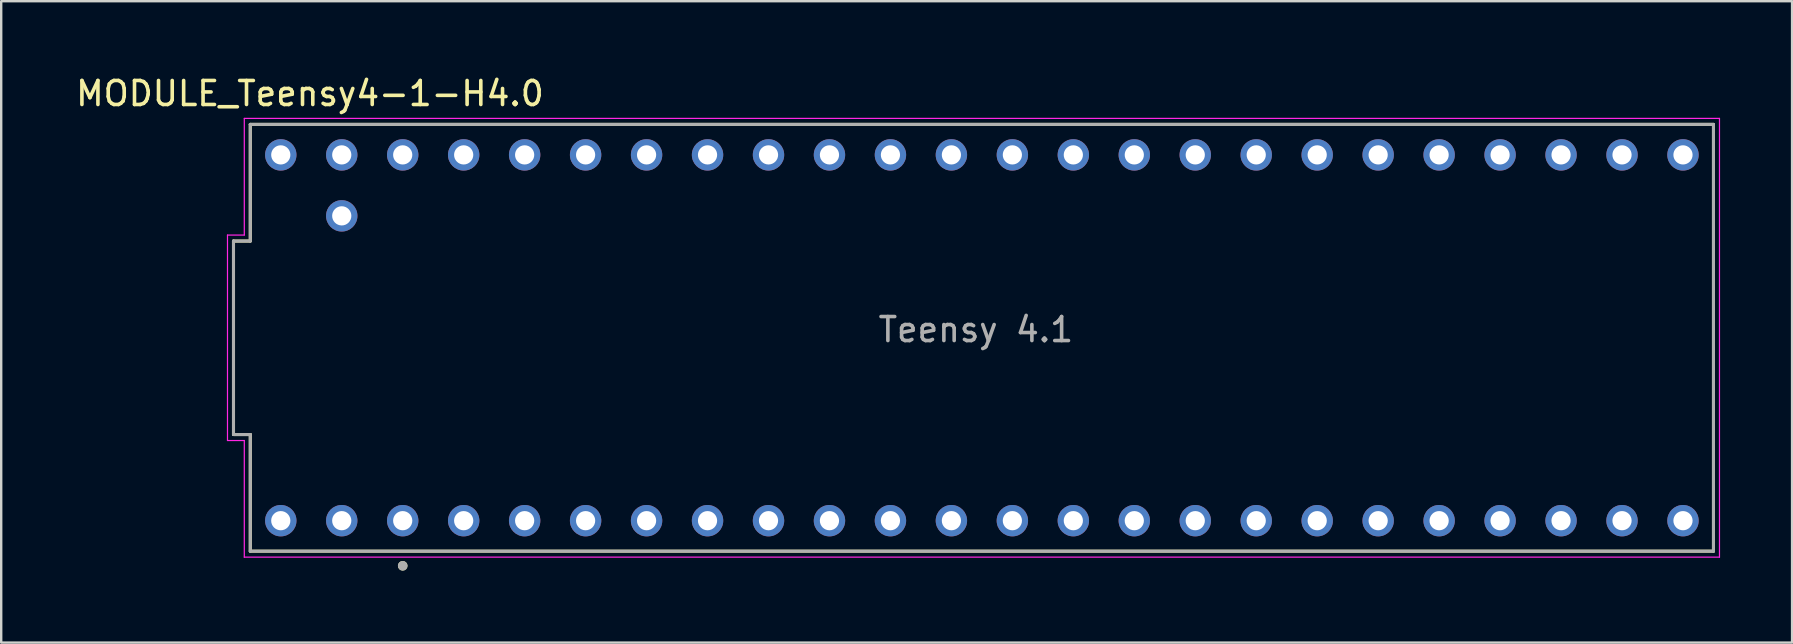
<source format=kicad_pcb>
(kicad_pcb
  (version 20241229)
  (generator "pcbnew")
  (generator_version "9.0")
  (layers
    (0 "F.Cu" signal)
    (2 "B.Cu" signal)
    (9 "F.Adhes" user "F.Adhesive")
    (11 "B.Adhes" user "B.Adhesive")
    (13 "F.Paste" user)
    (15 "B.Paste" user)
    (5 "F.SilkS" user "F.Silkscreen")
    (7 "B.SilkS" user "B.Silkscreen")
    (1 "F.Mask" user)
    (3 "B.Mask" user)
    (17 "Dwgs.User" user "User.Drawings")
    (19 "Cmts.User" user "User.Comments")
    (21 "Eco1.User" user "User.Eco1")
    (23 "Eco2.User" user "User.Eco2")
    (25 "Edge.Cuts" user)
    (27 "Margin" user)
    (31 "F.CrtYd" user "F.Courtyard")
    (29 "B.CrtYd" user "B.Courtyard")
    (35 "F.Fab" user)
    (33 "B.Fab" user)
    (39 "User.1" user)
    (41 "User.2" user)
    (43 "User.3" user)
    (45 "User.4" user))
  (footprint "MODULE_Teensy4-1-H4.0"
    (layer "F.Cu")
    (at 37.168 11.143)
    (property "Reference" "MODULE_Teensy4-1-H4.0" (at -27.305 -10.295 180) (layer "F.SilkS") (effects (font (size 1 1) (thickness 0.15))))
    (attr through_hole)
    (fp_line (start -30.49 3.91) (end -30.49 -4.15) (stroke (width 0.127) (type solid)) (layer "F.SilkS"))
    (fp_line (start -29.79 -9.01) (end -29.79 -4.15) (stroke (width 0.127) (type solid)) (layer "F.SilkS"))
    (fp_line (start -29.79 -9.01) (end 31.17 -9.01) (stroke (width 0.127) (type solid)) (layer "F.SilkS"))
    (fp_line (start -29.79 -4.15) (end -30.49 -4.15) (stroke (width 0.127) (type solid)) (layer "F.SilkS"))
    (fp_line (start -29.79 3.91) (end -30.49 3.91) (stroke (width 0.127) (type solid)) (layer "F.SilkS"))
    (fp_line (start -29.79 8.77) (end -29.79 3.91) (stroke (width 0.127) (type solid)) (layer "F.SilkS"))
    (fp_line (start 31.17 -9.01) (end 31.17 8.77) (stroke (width 0.127) (type solid)) (layer "F.SilkS"))
    (fp_line (start 31.17 8.77) (end -29.79 8.77) (stroke (width 0.127) (type solid)) (layer "F.SilkS"))
    (fp_circle (center -23.44 9.38) (end -23.34 9.38) (stroke (width 0.2) (type solid)) (fill no) (layer "F.SilkS"))
    (fp_line (start -30.74 4.16) (end -30.74 -4.4) (stroke (width 0.05) (type solid)) (layer "F.CrtYd"))
    (fp_line (start -30.04 -9.26) (end -30.04 -4.4) (stroke (width 0.05) (type solid)) (layer "F.CrtYd"))
    (fp_line (start -30.04 -9.26) (end 31.42 -9.26) (stroke (width 0.05) (type solid)) (layer "F.CrtYd"))
    (fp_line (start -30.04 -4.4) (end -30.74 -4.4) (stroke (width 0.05) (type solid)) (layer "F.CrtYd"))
    (fp_line (start -30.04 4.16) (end -30.74 4.16) (stroke (width 0.05) (type solid)) (layer "F.CrtYd"))
    (fp_line (start -30.04 9.02) (end -30.04 4.16) (stroke (width 0.05) (type solid)) (layer "F.CrtYd"))
    (fp_line (start 31.42 -9.26) (end 31.42 9.02) (stroke (width 0.05) (type solid)) (layer "F.CrtYd"))
    (fp_line (start 31.42 9.02) (end -30.04 9.02) (stroke (width 0.05) (type solid)) (layer "F.CrtYd"))
    (fp_line (start -30.49 3.91) (end -30.49 -4.15) (stroke (width 0.127) (type solid)) (layer "F.Fab"))
    (fp_line (start -29.79 -9.01) (end -29.79 -4.15) (stroke (width 0.127) (type solid)) (layer "F.Fab"))
    (fp_line (start -29.79 -9.01) (end 31.17 -9.01) (stroke (width 0.127) (type solid)) (layer "F.Fab"))
    (fp_line (start -29.79 -4.15) (end -30.49 -4.15) (stroke (width 0.127) (type solid)) (layer "F.Fab"))
    (fp_line (start -29.79 3.91) (end -30.49 3.91) (stroke (width 0.127) (type solid)) (layer "F.Fab"))
    (fp_line (start -29.79 8.77) (end -29.79 3.91) (stroke (width 0.127) (type solid)) (layer "F.Fab"))
    (fp_line (start 31.17 -9.01) (end 31.17 8.77) (stroke (width 0.127) (type solid)) (layer "F.Fab"))
    (fp_line (start 31.17 8.77) (end -29.79 8.77) (stroke (width 0.127) (type solid)) (layer "F.Fab"))
    (fp_circle (center -23.44 9.38) (end -23.34 9.38) (stroke (width 0.2) (type solid)) (fill no) (layer "F.Fab"))
    (fp_text user "Teensy 4.1" (at 0.44 -0.46 180) (layer "F.Fab") (effects (font (size 1 1) (thickness 0.15))))
    (pad "0" thru_hole circle (at -25.98 7.5) (size 1.308 1.308) (drill 0.8) (layers "*.Cu" "*.Mask"))
    (pad "1" thru_hole circle (at -23.44 7.5) (size 1.308 1.308) (drill 0.8) (layers "*.Cu" "*.Mask"))
    (pad "2" thru_hole circle (at -20.9 7.5) (size 1.308 1.308) (drill 0.8) (layers "*.Cu" "*.Mask"))
    (pad "3" thru_hole circle (at -18.36 7.5) (size 1.308 1.308) (drill 0.8) (layers "*.Cu" "*.Mask"))
    (pad "3.3V_3" thru_hole circle (at -23.44 -7.74) (size 1.308 1.308) (drill 0.8) (layers "*.Cu" "*.Mask"))
    (pad "3.3V_3" thru_hole circle (at 7.04 7.5) (size 1.308 1.308) (drill 0.8) (layers "*.Cu" "*.Mask"))
    (pad "4" thru_hole circle (at -15.82 7.5) (size 1.308 1.308) (drill 0.8) (layers "*.Cu" "*.Mask"))
    (pad "5" thru_hole circle (at -13.28 7.5) (size 1.308 1.308) (drill 0.8) (layers "*.Cu" "*.Mask"))
    (pad "6" thru_hole circle (at -10.74 7.5) (size 1.308 1.308) (drill 0.8) (layers "*.Cu" "*.Mask"))
    (pad "7" thru_hole circle (at -8.2 7.5) (size 1.308 1.308) (drill 0.8) (layers "*.Cu" "*.Mask"))
    (pad "8" thru_hole circle (at -5.66 7.5) (size 1.308 1.308) (drill 0.8) (layers "*.Cu" "*.Mask"))
    (pad "9" thru_hole circle (at -3.12 7.5) (size 1.308 1.308) (drill 0.8) (layers "*.Cu" "*.Mask"))
    (pad "10" thru_hole circle (at -0.58 7.5) (size 1.308 1.308) (drill 0.8) (layers "*.Cu" "*.Mask"))
    (pad "11" thru_hole circle (at 1.96 7.5) (size 1.308 1.308) (drill 0.8) (layers "*.Cu" "*.Mask"))
    (pad "12" thru_hole circle (at 4.5 7.5) (size 1.308 1.308) (drill 0.8) (layers "*.Cu" "*.Mask"))
    (pad "13" thru_hole circle (at 4.5 -7.74) (size 1.308 1.308) (drill 0.8) (layers "*.Cu" "*.Mask"))
    (pad "14" thru_hole circle (at 1.96 -7.74) (size 1.308 1.308) (drill 0.8) (layers "*.Cu" "*.Mask"))
    (pad "15" thru_hole circle (at -0.58 -7.74) (size 1.308 1.308) (drill 0.8) (layers "*.Cu" "*.Mask"))
    (pad "16" thru_hole circle (at -3.12 -7.74) (size 1.308 1.308) (drill 0.8) (layers "*.Cu" "*.Mask"))
    (pad "17" thru_hole circle (at -5.66 -7.74) (size 1.308 1.308) (drill 0.8) (layers "*.Cu" "*.Mask"))
    (pad "18" thru_hole circle (at -8.2 -7.74) (size 1.308 1.308) (drill 0.8) (layers "*.Cu" "*.Mask"))
    (pad "19" thru_hole circle (at -10.74 -7.74) (size 1.308 1.308) (drill 0.8) (layers "*.Cu" "*.Mask"))
    (pad "20" thru_hole circle (at -13.28 -7.74) (size 1.308 1.308) (drill 0.8) (layers "*.Cu" "*.Mask"))
    (pad "21" thru_hole circle (at -15.82 -7.74) (size 1.308 1.308) (drill 0.8) (layers "*.Cu" "*.Mask"))
    (pad "22" thru_hole circle (at -18.36 -7.74) (size 1.308 1.308) (drill 0.8) (layers "*.Cu" "*.Mask"))
    (pad "23" thru_hole circle (at -20.9 -7.74) (size 1.308 1.308) (drill 0.8) (layers "*.Cu" "*.Mask"))
    (pad "24" thru_hole circle (at 9.58 7.5) (size 1.308 1.308) (drill 0.8) (layers "*.Cu" "*.Mask"))
    (pad "25" thru_hole circle (at 12.12 7.5) (size 1.308 1.308) (drill 0.8) (layers "*.Cu" "*.Mask"))
    (pad "26" thru_hole circle (at 14.66 7.5) (size 1.308 1.308) (drill 0.8) (layers "*.Cu" "*.Mask"))
    (pad "27" thru_hole circle (at 17.2 7.5) (size 1.308 1.308) (drill 0.8) (layers "*.Cu" "*.Mask"))
    (pad "28" thru_hole circle (at 19.74 7.5) (size 1.308 1.308) (drill 0.8) (layers "*.Cu" "*.Mask"))
    (pad "29" thru_hole circle (at 22.28 7.5) (size 1.308 1.308) (drill 0.8) (layers "*.Cu" "*.Mask"))
    (pad "30" thru_hole circle (at 24.82 7.5) (size 1.308 1.308) (drill 0.8) (layers "*.Cu" "*.Mask"))
    (pad "31" thru_hole circle (at 27.36 7.5) (size 1.308 1.308) (drill 0.8) (layers "*.Cu" "*.Mask"))
    (pad "32" thru_hole circle (at 29.9 7.5) (size 1.308 1.308) (drill 0.8) (layers "*.Cu" "*.Mask"))
    (pad "33" thru_hole circle (at 29.9 -7.74) (size 1.308 1.308) (drill 0.8) (layers "*.Cu" "*.Mask"))
    (pad "34" thru_hole circle (at 27.36 -7.74) (size 1.308 1.308) (drill 0.8) (layers "*.Cu" "*.Mask"))
    (pad "35" thru_hole circle (at 24.82 -7.74) (size 1.308 1.308) (drill 0.8) (layers "*.Cu" "*.Mask"))
    (pad "36" thru_hole circle (at 22.28 -7.74) (size 1.308 1.308) (drill 0.8) (layers "*.Cu" "*.Mask"))
    (pad "37" thru_hole circle (at 19.74 -7.74) (size 1.308 1.308) (drill 0.8) (layers "*.Cu" "*.Mask"))
    (pad "38" thru_hole circle (at 17.2 -7.74) (size 1.308 1.308) (drill 0.8) (layers "*.Cu" "*.Mask"))
    (pad "39" thru_hole circle (at 14.66 -7.74) (size 1.308 1.308) (drill 0.8) (layers "*.Cu" "*.Mask"))
    (pad "40" thru_hole circle (at 12.12 -7.74) (size 1.308 1.308) (drill 0.8) (layers "*.Cu" "*.Mask"))
    (pad "41" thru_hole circle (at 9.58 -7.74) (size 1.308 1.308) (drill 0.8) (layers "*.Cu" "*.Mask"))
    (pad "GND" thru_hole circle (at -28.52 7.5) (size 1.308 1.308) (drill 0.8) (layers "*.Cu" "*.Mask"))
    (pad "GND" thru_hole circle (at -25.98 -7.74) (size 1.308 1.308) (drill 0.8) (layers "*.Cu" "*.Mask"))
    (pad "GND" thru_hole circle (at 7.04 -7.74) (size 1.308 1.308) (drill 0.8) (layers "*.Cu" "*.Mask"))
    (pad "VIN" thru_hole circle (at -28.52 -7.74) (size 1.308 1.308) (drill 0.8) (layers "*.Cu" "*.Mask"))
    (pad "VUSB" thru_hole circle (at -25.98 -5.2) (size 1.308 1.308) (drill 0.8) (layers "*.Cu" "*.Mask")))
  (gr_rect
    (start -3 -3)
    (end 71.613 23.723)
    (stroke (width 0.1) (type default))
    (fill no)
    (layer "Edge.Cuts")))
</source>
